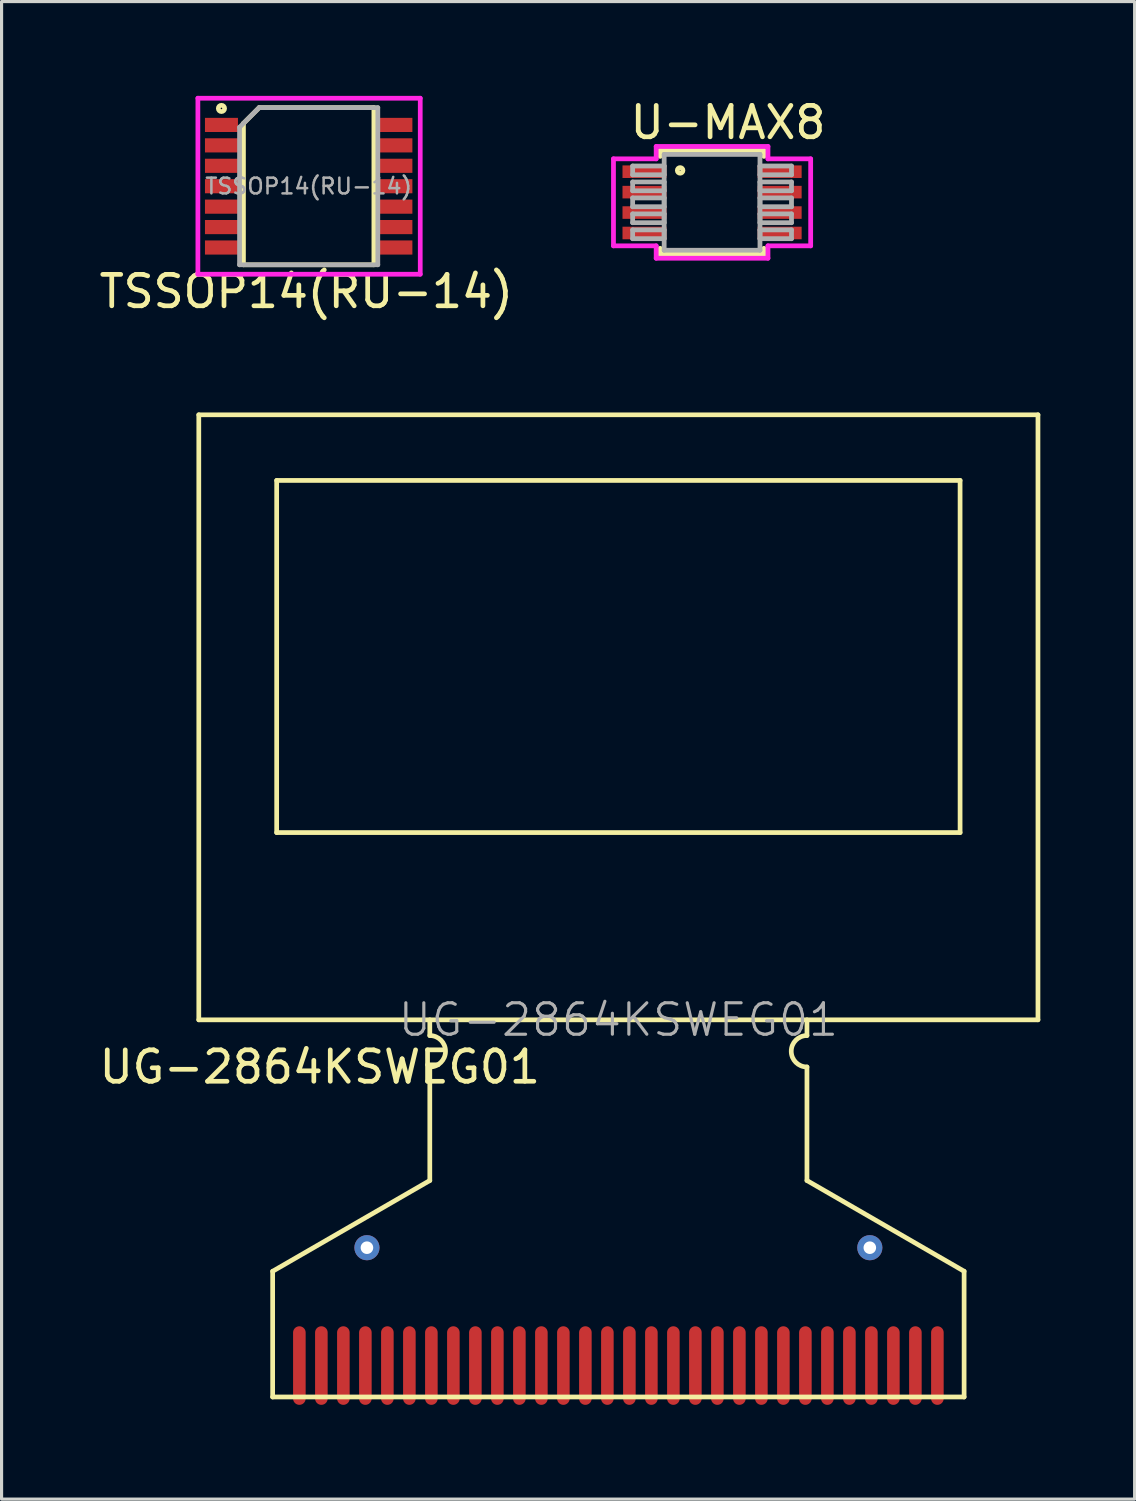
<source format=kicad_pcb>
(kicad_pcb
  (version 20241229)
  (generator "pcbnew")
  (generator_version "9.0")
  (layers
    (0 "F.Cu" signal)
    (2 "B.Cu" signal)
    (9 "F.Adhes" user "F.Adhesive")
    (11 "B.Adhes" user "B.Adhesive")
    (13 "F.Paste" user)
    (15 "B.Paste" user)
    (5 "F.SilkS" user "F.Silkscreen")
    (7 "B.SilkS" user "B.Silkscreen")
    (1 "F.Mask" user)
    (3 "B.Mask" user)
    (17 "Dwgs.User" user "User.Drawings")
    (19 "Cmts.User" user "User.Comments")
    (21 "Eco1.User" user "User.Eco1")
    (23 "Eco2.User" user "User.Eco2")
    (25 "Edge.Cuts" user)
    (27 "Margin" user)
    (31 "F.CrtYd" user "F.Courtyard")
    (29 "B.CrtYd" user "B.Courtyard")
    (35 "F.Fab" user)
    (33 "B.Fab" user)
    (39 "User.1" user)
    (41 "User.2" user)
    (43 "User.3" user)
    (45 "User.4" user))
  (footprint "TSSOP14(RU-14)"
    (layer "F.Cu")
    (at 6.771 2.875)
    (property "Reference" "TSSOP14(RU-14)" (at -0.075 3.35 0) (layer "F.SilkS") (effects (font (size 1 1) (thickness 0.15))))
    (attr through_hole)
    (fp_line (start -2.075 -2) (end -2.075 2.5) (stroke (width 0.15) (type solid)) (layer "F.SilkS"))
    (fp_line (start -1.575 -2.5) (end -2.075 -2) (stroke (width 0.15) (type solid)) (layer "F.SilkS"))
    (fp_line (start -1.575 -2.5) (end 2.075 -2.5) (stroke (width 0.15) (type solid)) (layer "F.SilkS"))
    (fp_line (start 2.075 -2.5) (end 2.075 2.5) (stroke (width 0.15) (type solid)) (layer "F.SilkS"))
    (fp_line (start 2.075 2.5) (end -2.075 2.5) (stroke (width 0.15) (type solid)) (layer "F.SilkS"))
    (fp_circle (center -2.775 -2.475) (end -2.75 -2.475) (stroke (width 0.15) (type solid)) (fill no) (layer "F.SilkS"))
    (fp_line (start -3.525 -2.8) (end -3.525 2.8) (stroke (width 0.15) (type solid)) (layer "F.CrtYd"))
    (fp_line (start -3.525 -2.8) (end 3.55 -2.8) (stroke (width 0.15) (type solid)) (layer "F.CrtYd"))
    (fp_line (start 3.55 -2.8) (end 3.55 2.8) (stroke (width 0.15) (type solid)) (layer "F.CrtYd"))
    (fp_line (start 3.55 2.8) (end -3.525 2.8) (stroke (width 0.15) (type solid)) (layer "F.CrtYd"))
    (fp_line (start -2.2 -1.875) (end -1.575 -2.5) (stroke (width 0.15) (type solid)) (layer "F.Fab"))
    (fp_line (start -2.2 2.5) (end -2.2 -1.875) (stroke (width 0.15) (type solid)) (layer "F.Fab"))
    (fp_line (start -1.575 -2.5) (end 2.2 -2.5) (stroke (width 0.15) (type solid)) (layer "F.Fab"))
    (fp_line (start 2.2 -2.5) (end 2.2 2.5) (stroke (width 0.15) (type solid)) (layer "F.Fab"))
    (fp_line (start 2.2 2.5) (end -2.2 2.5) (stroke (width 0.15) (type solid)) (layer "F.Fab"))
    (fp_text user "${REFERENCE}" (at 0 0 0) (layer "F.Fab") (effects (font (size 0.5 0.5) (thickness 0.08))))
    (pad "1" smd rect (at -2.775 -1.95) (size 1.05 0.45) (layers "F.Cu" "F.Mask" "F.Paste"))
    (pad "2" smd rect (at -2.775 -1.3) (size 1.05 0.45) (layers "F.Cu" "F.Mask" "F.Paste"))
    (pad "3" smd rect (at -2.775 -0.65) (size 1.05 0.45) (layers "F.Cu" "F.Mask" "F.Paste"))
    (pad "4" smd rect (at -2.775 0) (size 1.05 0.45) (layers "F.Cu" "F.Mask" "F.Paste"))
    (pad "5" smd rect (at -2.775 0.65) (size 1.05 0.45) (layers "F.Cu" "F.Mask" "F.Paste"))
    (pad "6" smd rect (at -2.775 1.3) (size 1.05 0.45) (layers "F.Cu" "F.Mask" "F.Paste"))
    (pad "7" smd rect (at -2.775 1.95) (size 1.05 0.45) (layers "F.Cu" "F.Mask" "F.Paste"))
    (pad "8" smd rect (at 2.775 1.95) (size 1.05 0.45) (layers "F.Cu" "F.Mask" "F.Paste"))
    (pad "9" smd rect (at 2.775 1.3) (size 1.05 0.45) (layers "F.Cu" "F.Mask" "F.Paste"))
    (pad "10" smd rect (at 2.775 0.65) (size 1.05 0.45) (layers "F.Cu" "F.Mask" "F.Paste"))
    (pad "11" smd rect (at 2.775 0) (size 1.05 0.45) (layers "F.Cu" "F.Mask" "F.Paste"))
    (pad "12" smd rect (at 2.775 -0.65) (size 1.05 0.45) (layers "F.Cu" "F.Mask" "F.Paste"))
    (pad "13" smd rect (at 2.775 -1.3) (size 1.05 0.45) (layers "F.Cu" "F.Mask" "F.Paste"))
    (pad "14" smd rect (at 2.775 -1.95) (size 1.05 0.45) (layers "F.Cu" "F.Mask" "F.Paste")))
  (footprint "U-MAX8"
    (layer "F.Cu")
    (at 19.606 3.388)
    (property "Reference" "U-MAX8" (at 0.508 -2.54 180) (layer "F.SilkS") (effects (font (size 1 1) (thickness 0.15))))
    (attr smd)
    (fp_line (start -1.651 -1.651) (end -1.651 -1.463) (stroke (width 0.152) (type solid)) (layer "F.SilkS"))
    (fp_line (start -1.651 1.463) (end -1.651 1.651) (stroke (width 0.152) (type solid)) (layer "F.SilkS"))
    (fp_line (start -1.651 1.651) (end 1.651 1.651) (stroke (width 0.152) (type solid)) (layer "F.SilkS"))
    (fp_line (start 1.651 -1.651) (end -1.651 -1.651) (stroke (width 0.152) (type solid)) (layer "F.SilkS"))
    (fp_line (start 1.651 -1.463) (end 1.651 -1.651) (stroke (width 0.152) (type solid)) (layer "F.SilkS"))
    (fp_line (start 1.651 1.651) (end 1.651 1.463) (stroke (width 0.152) (type solid)) (layer "F.SilkS"))
    (fp_circle (center -1.016 -1.016) (end -0.953 -0.953) (stroke (width 0.152) (type solid)) (fill no) (layer "F.SilkS"))
    (fp_line (start -3.137 -1.384) (end -1.778 -1.384) (stroke (width 0.152) (type solid)) (layer "F.CrtYd"))
    (fp_line (start -3.137 1.384) (end -3.137 -1.384) (stroke (width 0.152) (type solid)) (layer "F.CrtYd"))
    (fp_line (start -1.778 -1.778) (end 1.778 -1.778) (stroke (width 0.152) (type solid)) (layer "F.CrtYd"))
    (fp_line (start -1.778 -1.384) (end -1.778 -1.778) (stroke (width 0.152) (type solid)) (layer "F.CrtYd"))
    (fp_line (start -1.778 1.384) (end -3.137 1.384) (stroke (width 0.152) (type solid)) (layer "F.CrtYd"))
    (fp_line (start -1.778 1.778) (end -1.778 1.384) (stroke (width 0.152) (type solid)) (layer "F.CrtYd"))
    (fp_line (start 1.778 -1.778) (end 1.778 -1.384) (stroke (width 0.152) (type solid)) (layer "F.CrtYd"))
    (fp_line (start 1.778 -1.384) (end 3.137 -1.384) (stroke (width 0.152) (type solid)) (layer "F.CrtYd"))
    (fp_line (start 1.778 1.384) (end 1.778 1.778) (stroke (width 0.152) (type solid)) (layer "F.CrtYd"))
    (fp_line (start 1.778 1.778) (end -1.778 1.778) (stroke (width 0.152) (type solid)) (layer "F.CrtYd"))
    (fp_line (start 3.137 -1.384) (end 3.137 1.384) (stroke (width 0.152) (type solid)) (layer "F.CrtYd"))
    (fp_line (start 3.137 1.384) (end 1.778 1.384) (stroke (width 0.152) (type solid)) (layer "F.CrtYd"))
    (fp_line (start -2.527 -1.156) (end -2.527 -0.876) (stroke (width 0.152) (type solid)) (layer "F.Fab"))
    (fp_line (start -2.527 -0.876) (end -1.524 -0.876) (stroke (width 0.152) (type solid)) (layer "F.Fab"))
    (fp_line (start -2.527 -0.648) (end -2.527 -0.368) (stroke (width 0.152) (type solid)) (layer "F.Fab"))
    (fp_line (start -2.527 -0.368) (end -1.524 -0.368) (stroke (width 0.152) (type solid)) (layer "F.Fab"))
    (fp_line (start -2.527 -0.14) (end -2.527 0.14) (stroke (width 0.152) (type solid)) (layer "F.Fab"))
    (fp_line (start -2.527 0.14) (end -1.524 0.14) (stroke (width 0.152) (type solid)) (layer "F.Fab"))
    (fp_line (start -2.527 0.368) (end -2.527 0.648) (stroke (width 0.152) (type solid)) (layer "F.Fab"))
    (fp_line (start -2.527 0.648) (end -1.524 0.648) (stroke (width 0.152) (type solid)) (layer "F.Fab"))
    (fp_line (start -2.527 0.876) (end -2.527 1.156) (stroke (width 0.152) (type solid)) (layer "F.Fab"))
    (fp_line (start -2.527 1.156) (end -1.524 1.156) (stroke (width 0.152) (type solid)) (layer "F.Fab"))
    (fp_line (start -1.524 -1.524) (end -1.524 1.524) (stroke (width 0.152) (type solid)) (layer "F.Fab"))
    (fp_line (start -1.524 -1.156) (end -2.527 -1.156) (stroke (width 0.152) (type solid)) (layer "F.Fab"))
    (fp_line (start -1.524 -0.876) (end -1.524 -1.156) (stroke (width 0.152) (type solid)) (layer "F.Fab"))
    (fp_line (start -1.524 -0.648) (end -2.527 -0.648) (stroke (width 0.152) (type solid)) (layer "F.Fab"))
    (fp_line (start -1.524 -0.368) (end -1.524 -0.648) (stroke (width 0.152) (type solid)) (layer "F.Fab"))
    (fp_line (start -1.524 -0.14) (end -2.527 -0.14) (stroke (width 0.152) (type solid)) (layer "F.Fab"))
    (fp_line (start -1.524 0.14) (end -1.524 -0.14) (stroke (width 0.152) (type solid)) (layer "F.Fab"))
    (fp_line (start -1.524 0.368) (end -2.527 0.368) (stroke (width 0.152) (type solid)) (layer "F.Fab"))
    (fp_line (start -1.524 0.648) (end -1.524 0.368) (stroke (width 0.152) (type solid)) (layer "F.Fab"))
    (fp_line (start -1.524 0.876) (end -2.527 0.876) (stroke (width 0.152) (type solid)) (layer "F.Fab"))
    (fp_line (start -1.524 1.156) (end -1.524 0.876) (stroke (width 0.152) (type solid)) (layer "F.Fab"))
    (fp_line (start -1.524 1.524) (end 1.524 1.524) (stroke (width 0.152) (type solid)) (layer "F.Fab"))
    (fp_line (start 1.524 -1.524) (end -1.524 -1.524) (stroke (width 0.152) (type solid)) (layer "F.Fab"))
    (fp_line (start 1.524 -1.156) (end 1.524 -0.876) (stroke (width 0.152) (type solid)) (layer "F.Fab"))
    (fp_line (start 1.524 -0.876) (end 2.527 -0.876) (stroke (width 0.152) (type solid)) (layer "F.Fab"))
    (fp_line (start 1.524 -0.648) (end 1.524 -0.368) (stroke (width 0.152) (type solid)) (layer "F.Fab"))
    (fp_line (start 1.524 -0.368) (end 2.527 -0.368) (stroke (width 0.152) (type solid)) (layer "F.Fab"))
    (fp_line (start 1.524 -0.14) (end 1.524 0.14) (stroke (width 0.152) (type solid)) (layer "F.Fab"))
    (fp_line (start 1.524 0.14) (end 2.527 0.14) (stroke (width 0.152) (type solid)) (layer "F.Fab"))
    (fp_line (start 1.524 0.368) (end 1.524 0.648) (stroke (width 0.152) (type solid)) (layer "F.Fab"))
    (fp_line (start 1.524 0.648) (end 2.527 0.648) (stroke (width 0.152) (type solid)) (layer "F.Fab"))
    (fp_line (start 1.524 0.876) (end 1.524 1.156) (stroke (width 0.152) (type solid)) (layer "F.Fab"))
    (fp_line (start 1.524 1.156) (end 2.527 1.156) (stroke (width 0.152) (type solid)) (layer "F.Fab"))
    (fp_line (start 1.524 1.524) (end 1.524 -1.524) (stroke (width 0.152) (type solid)) (layer "F.Fab"))
    (fp_line (start 2.527 -1.156) (end 1.524 -1.156) (stroke (width 0.152) (type solid)) (layer "F.Fab"))
    (fp_line (start 2.527 -0.876) (end 2.527 -1.156) (stroke (width 0.152) (type solid)) (layer "F.Fab"))
    (fp_line (start 2.527 -0.648) (end 1.524 -0.648) (stroke (width 0.152) (type solid)) (layer "F.Fab"))
    (fp_line (start 2.527 -0.368) (end 2.527 -0.648) (stroke (width 0.152) (type solid)) (layer "F.Fab"))
    (fp_line (start 2.527 -0.14) (end 1.524 -0.14) (stroke (width 0.152) (type solid)) (layer "F.Fab"))
    (fp_line (start 2.527 0.14) (end 2.527 -0.14) (stroke (width 0.152) (type solid)) (layer "F.Fab"))
    (fp_line (start 2.527 0.368) (end 1.524 0.368) (stroke (width 0.152) (type solid)) (layer "F.Fab"))
    (fp_line (start 2.527 0.648) (end 2.527 0.368) (stroke (width 0.152) (type solid)) (layer "F.Fab"))
    (fp_line (start 2.527 0.876) (end 1.524 0.876) (stroke (width 0.152) (type solid)) (layer "F.Fab"))
    (fp_line (start 2.527 1.156) (end 2.527 0.876) (stroke (width 0.152) (type solid)) (layer "F.Fab"))
    (pad "1" smd rect (at -2.15 -0.975 270) (size 0.4 1.4) (layers "F.Cu" "F.Mask" "F.Paste"))
    (pad "2" smd rect (at -2.15 -0.325 270) (size 0.4 1.4) (layers "F.Cu" "F.Mask" "F.Paste"))
    (pad "3" smd rect (at -2.15 0.325 270) (size 0.4 1.4) (layers "F.Cu" "F.Mask" "F.Paste"))
    (pad "4" smd rect (at -2.15 0.975 270) (size 0.4 1.4) (layers "F.Cu" "F.Mask" "F.Paste"))
    (pad "5" smd rect (at 2.15 0.975 270) (size 0.4 1.4) (layers "F.Cu" "F.Mask" "F.Paste"))
    (pad "6" smd rect (at 2.15 0.325 270) (size 0.4 1.4) (layers "F.Cu" "F.Mask" "F.Paste"))
    (pad "7" smd rect (at 2.15 -0.325 270) (size 0.4 1.4) (layers "F.Cu" "F.Mask" "F.Paste"))
    (pad "8" smd rect (at 2.15 -0.975 270) (size 0.4 1.4) (layers "F.Cu" "F.Mask" "F.Paste")))
  (footprint "UG-2864KSWEG01"
    (layer "F.Cu")
    (at 16.625 29.398)
    (property "Reference" "UG-2864KSWEG01" (at -9.5 1.5 0) (layer "F.SilkS") (effects (font (size 1 1) (thickness 0.15))))
    (attr through_hole)
    (fp_line (start -13.35 -19.25) (end -13.35 0) (stroke (width 0.15) (type solid)) (layer "F.SilkS"))
    (fp_line (start -13.35 0) (end 13.35 0) (stroke (width 0.15) (type solid)) (layer "F.SilkS"))
    (fp_line (start -11 8) (end -6 5.113) (stroke (width 0.15) (type solid)) (layer "F.SilkS"))
    (fp_line (start -11 12) (end -11 8) (stroke (width 0.15) (type solid)) (layer "F.SilkS"))
    (fp_line (start -11 12) (end 11 12) (stroke (width 0.15) (type solid)) (layer "F.SilkS"))
    (fp_line (start -10.872 -17.162) (end -10.872 -5.958) (stroke (width 0.15) (type solid)) (layer "F.SilkS"))
    (fp_line (start -10.872 -17.162) (end 10.872 -17.162) (stroke (width 0.15) (type solid)) (layer "F.SilkS"))
    (fp_line (start -10.872 -5.958) (end 10.872 -5.958) (stroke (width 0.15) (type solid)) (layer "F.SilkS"))
    (fp_line (start -6 0) (end -6 0.5) (stroke (width 0.15) (type solid)) (layer "F.SilkS"))
    (fp_line (start -6 1.5) (end -6 5.113) (stroke (width 0.15) (type solid)) (layer "F.SilkS"))
    (fp_line (start 6 0) (end 6 0.5) (stroke (width 0.15) (type solid)) (layer "F.SilkS"))
    (fp_line (start 6 1.5) (end 6 5.113) (stroke (width 0.15) (type solid)) (layer "F.SilkS"))
    (fp_line (start 10.872 -17.162) (end 10.872 -5.958) (stroke (width 0.15) (type solid)) (layer "F.SilkS"))
    (fp_line (start 11 8) (end 6 5.113) (stroke (width 0.15) (type solid)) (layer "F.SilkS"))
    (fp_line (start 11 12) (end 11 8) (stroke (width 0.15) (type solid)) (layer "F.SilkS"))
    (fp_line (start 13.35 -19.25) (end -13.35 -19.25) (stroke (width 0.15) (type solid)) (layer "F.SilkS"))
    (fp_line (start 13.35 0) (end 13.35 -19.25) (stroke (width 0.15) (type solid)) (layer "F.SilkS"))
    (fp_arc (start -6 0.5) (mid -5.5 1) (end -6 1.5) (stroke (width 0.15) (type solid)) (layer "F.SilkS"))
    (fp_arc (start 6 1.5) (mid 5.5 1) (end 6 0.5) (stroke (width 0.15) (type solid)) (layer "F.SilkS"))
    (fp_text user "${REFERENCE}" (at 0 0 0) (layer "F.Fab") (effects (font (size 1 1) (thickness 0.1))))
    (pad "" np_thru_hole circle (at -8 7.25) (size 0.8 0.8) (drill 0.4) (layers "*.Cu" "*.Mask"))
    (pad "" np_thru_hole circle (at 8 7.25) (size 0.8 0.8) (drill 0.4) (layers "*.Cu" "*.Mask"))
    (pad "1" smd oval (at -10.15 11) (size 0.4 2.5) (layers "F.Cu" "F.Mask" "F.Paste"))
    (pad "2" smd oval (at -9.45 11) (size 0.4 2.5) (layers "F.Cu" "F.Mask" "F.Paste"))
    (pad "3" smd oval (at -8.75 11) (size 0.4 2.5) (layers "F.Cu" "F.Mask" "F.Paste"))
    (pad "4" smd oval (at -8.05 11) (size 0.4 2.5) (layers "F.Cu" "F.Mask" "F.Paste"))
    (pad "5" smd oval (at -7.35 11) (size 0.4 2.5) (layers "F.Cu" "F.Mask" "F.Paste"))
    (pad "6" smd oval (at -6.65 11) (size 0.4 2.5) (layers "F.Cu" "F.Mask" "F.Paste"))
    (pad "7" smd oval (at -5.95 11) (size 0.4 2.5) (layers "F.Cu" "F.Mask" "F.Paste"))
    (pad "8" smd oval (at -5.25 11) (size 0.4 2.5) (layers "F.Cu" "F.Mask" "F.Paste"))
    (pad "9" smd oval (at -4.55 11) (size 0.4 2.5) (layers "F.Cu" "F.Mask" "F.Paste"))
    (pad "10" smd oval (at -3.85 11) (size 0.4 2.5) (layers "F.Cu" "F.Mask" "F.Paste"))
    (pad "11" smd oval (at -3.15 11) (size 0.4 2.5) (layers "F.Cu" "F.Mask" "F.Paste"))
    (pad "12" smd oval (at -2.45 11) (size 0.4 2.5) (layers "F.Cu" "F.Mask" "F.Paste"))
    (pad "13" smd oval (at -1.75 11) (size 0.4 2.5) (layers "F.Cu" "F.Mask" "F.Paste"))
    (pad "14" smd oval (at -1.05 11) (size 0.4 2.5) (layers "F.Cu" "F.Mask" "F.Paste"))
    (pad "15" smd oval (at -0.35 11) (size 0.4 2.5) (layers "F.Cu" "F.Mask" "F.Paste"))
    (pad "16" smd oval (at 0.35 11) (size 0.4 2.5) (layers "F.Cu" "F.Mask" "F.Paste"))
    (pad "17" smd oval (at 1.05 11) (size 0.4 2.5) (layers "F.Cu" "F.Mask" "F.Paste"))
    (pad "18" smd oval (at 1.75 11) (size 0.4 2.5) (layers "F.Cu" "F.Mask" "F.Paste"))
    (pad "19" smd oval (at 2.45 11) (size 0.4 2.5) (layers "F.Cu" "F.Mask" "F.Paste"))
    (pad "20" smd oval (at 3.15 11) (size 0.4 2.5) (layers "F.Cu" "F.Mask" "F.Paste"))
    (pad "21" smd oval (at 3.85 11) (size 0.4 2.5) (layers "F.Cu" "F.Mask" "F.Paste"))
    (pad "22" smd oval (at 4.55 11) (size 0.4 2.5) (layers "F.Cu" "F.Mask" "F.Paste"))
    (pad "23" smd oval (at 5.25 11) (size 0.4 2.5) (layers "F.Cu" "F.Mask" "F.Paste"))
    (pad "24" smd oval (at 5.95 11) (size 0.4 2.5) (layers "F.Cu" "F.Mask" "F.Paste"))
    (pad "25" smd oval (at 6.65 11) (size 0.4 2.5) (layers "F.Cu" "F.Mask" "F.Paste"))
    (pad "26" smd oval (at 7.35 11) (size 0.4 2.5) (layers "F.Cu" "F.Mask" "F.Paste"))
    (pad "27" smd oval (at 8.05 11) (size 0.4 2.5) (layers "F.Cu" "F.Mask" "F.Paste"))
    (pad "28" smd oval (at 8.75 11) (size 0.4 2.5) (layers "F.Cu" "F.Mask" "F.Paste"))
    (pad "29" smd oval (at 9.45 11) (size 0.4 2.5) (layers "F.Cu" "F.Mask" "F.Paste"))
    (pad "30" smd oval (at 10.15 11) (size 0.4 2.5) (layers "F.Cu" "F.Mask" "F.Paste")))
  (gr_rect
    (start -3 -3)
    (end 33.05 44.648)
    (stroke (width 0.1) (type default))
    (fill no)
    (layer "Edge.Cuts")))
</source>
